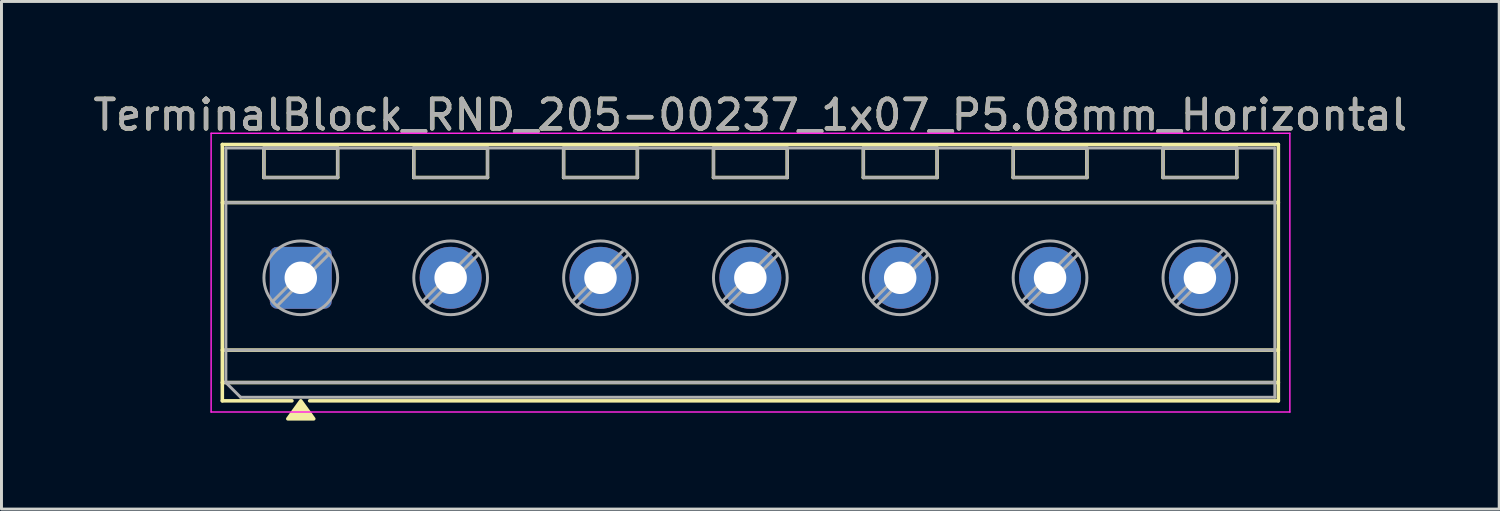
<source format=kicad_pcb>
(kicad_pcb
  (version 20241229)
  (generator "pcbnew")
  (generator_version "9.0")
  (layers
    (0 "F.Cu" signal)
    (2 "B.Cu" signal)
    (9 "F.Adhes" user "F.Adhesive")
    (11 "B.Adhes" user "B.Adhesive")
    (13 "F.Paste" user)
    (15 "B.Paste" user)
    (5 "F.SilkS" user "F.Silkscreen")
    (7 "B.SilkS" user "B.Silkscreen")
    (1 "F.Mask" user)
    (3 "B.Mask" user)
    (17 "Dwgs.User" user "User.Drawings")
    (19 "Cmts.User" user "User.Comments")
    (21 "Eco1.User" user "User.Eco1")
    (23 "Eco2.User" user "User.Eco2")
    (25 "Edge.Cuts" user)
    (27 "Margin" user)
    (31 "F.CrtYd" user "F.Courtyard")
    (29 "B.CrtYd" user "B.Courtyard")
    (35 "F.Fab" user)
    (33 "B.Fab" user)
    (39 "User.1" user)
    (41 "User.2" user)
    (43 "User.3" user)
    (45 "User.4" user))
  (footprint "TerminalBlock_RND_205-00237_1x07_P5.08mm_Horizontal"
    (layer "F.Cu")
    (at 7.147 6.368)
    (property "Reference" "TerminalBlock_RND_205-00237_1x07_P5.08mm_Horizontal" (at 15.24 -5.52 0) (layer "F.SilkS") (effects (font (size 1 1) (thickness 0.15))))
    (attr through_hole)
    (fp_line (start -2.66 -4.52) (end -2.66 4.17) (stroke (width 0.12) (type solid)) (layer "F.SilkS"))
    (fp_line (start -2.66 -4.52) (end 33.14 -4.52) (stroke (width 0.12) (type solid)) (layer "F.SilkS"))
    (fp_line (start -2.66 -2.55) (end 33.14 -2.55) (stroke (width 0.12) (type solid)) (layer "F.SilkS"))
    (fp_line (start -2.66 2.45) (end 33.14 2.45) (stroke (width 0.12) (type solid)) (layer "F.SilkS"))
    (fp_line (start -2.66 3.55) (end 33.14 3.55) (stroke (width 0.12) (type solid)) (layer "F.SilkS"))
    (fp_line (start -2.66 4.17) (end -0.3 4.17) (stroke (width 0.12) (type solid)) (layer "F.SilkS"))
    (fp_line (start -1.25 -4.4) (end -1.25 -3.4) (stroke (width 0.12) (type solid)) (layer "F.SilkS"))
    (fp_line (start -1.25 -4.4) (end 1.25 -4.4) (stroke (width 0.12) (type solid)) (layer "F.SilkS"))
    (fp_line (start -1.25 -3.4) (end 1.25 -3.4) (stroke (width 0.12) (type solid)) (layer "F.SilkS"))
    (fp_line (start 0.3 4.17) (end 33.14 4.17) (stroke (width 0.12) (type solid)) (layer "F.SilkS"))
    (fp_line (start 1.25 -4.4) (end 1.25 -3.4) (stroke (width 0.12) (type solid)) (layer "F.SilkS"))
    (fp_line (start 3.83 -4.4) (end 3.83 -3.4) (stroke (width 0.12) (type solid)) (layer "F.SilkS"))
    (fp_line (start 3.83 -4.4) (end 6.33 -4.4) (stroke (width 0.12) (type solid)) (layer "F.SilkS"))
    (fp_line (start 3.83 -3.4) (end 6.33 -3.4) (stroke (width 0.12) (type solid)) (layer "F.SilkS"))
    (fp_line (start 6.33 -4.4) (end 6.33 -3.4) (stroke (width 0.12) (type solid)) (layer "F.SilkS"))
    (fp_line (start 8.91 -4.4) (end 8.91 -3.4) (stroke (width 0.12) (type solid)) (layer "F.SilkS"))
    (fp_line (start 8.91 -4.4) (end 11.41 -4.4) (stroke (width 0.12) (type solid)) (layer "F.SilkS"))
    (fp_line (start 8.91 -3.4) (end 11.41 -3.4) (stroke (width 0.12) (type solid)) (layer "F.SilkS"))
    (fp_line (start 11.41 -4.4) (end 11.41 -3.4) (stroke (width 0.12) (type solid)) (layer "F.SilkS"))
    (fp_line (start 13.99 -4.4) (end 13.99 -3.4) (stroke (width 0.12) (type solid)) (layer "F.SilkS"))
    (fp_line (start 13.99 -4.4) (end 16.49 -4.4) (stroke (width 0.12) (type solid)) (layer "F.SilkS"))
    (fp_line (start 13.99 -3.4) (end 16.49 -3.4) (stroke (width 0.12) (type solid)) (layer "F.SilkS"))
    (fp_line (start 16.49 -4.4) (end 16.49 -3.4) (stroke (width 0.12) (type solid)) (layer "F.SilkS"))
    (fp_line (start 19.07 -4.4) (end 19.07 -3.4) (stroke (width 0.12) (type solid)) (layer "F.SilkS"))
    (fp_line (start 19.07 -4.4) (end 21.57 -4.4) (stroke (width 0.12) (type solid)) (layer "F.SilkS"))
    (fp_line (start 19.07 -3.4) (end 21.57 -3.4) (stroke (width 0.12) (type solid)) (layer "F.SilkS"))
    (fp_line (start 21.57 -4.4) (end 21.57 -3.4) (stroke (width 0.12) (type solid)) (layer "F.SilkS"))
    (fp_line (start 24.15 -4.4) (end 24.15 -3.4) (stroke (width 0.12) (type solid)) (layer "F.SilkS"))
    (fp_line (start 24.15 -4.4) (end 26.65 -4.4) (stroke (width 0.12) (type solid)) (layer "F.SilkS"))
    (fp_line (start 24.15 -3.4) (end 26.65 -3.4) (stroke (width 0.12) (type solid)) (layer "F.SilkS"))
    (fp_line (start 26.65 -4.4) (end 26.65 -3.4) (stroke (width 0.12) (type solid)) (layer "F.SilkS"))
    (fp_line (start 29.23 -4.4) (end 29.23 -3.4) (stroke (width 0.12) (type solid)) (layer "F.SilkS"))
    (fp_line (start 29.23 -4.4) (end 31.73 -4.4) (stroke (width 0.12) (type solid)) (layer "F.SilkS"))
    (fp_line (start 29.23 -3.4) (end 31.73 -3.4) (stroke (width 0.12) (type solid)) (layer "F.SilkS"))
    (fp_line (start 31.73 -4.4) (end 31.73 -3.4) (stroke (width 0.12) (type solid)) (layer "F.SilkS"))
    (fp_line (start 33.14 -4.52) (end 33.14 4.17) (stroke (width 0.12) (type solid)) (layer "F.SilkS"))
    (fp_poly (pts (xy 0 4.17) (xy 0.44 4.78) (xy -0.44 4.78)) (stroke (width 0.12) (type solid)) (fill yes) (layer "F.SilkS"))
    (fp_line (start -3.04 -4.9) (end -3.04 4.55) (stroke (width 0.05) (type solid)) (layer "F.CrtYd"))
    (fp_line (start -3.04 4.55) (end 33.53 4.55) (stroke (width 0.05) (type solid)) (layer "F.CrtYd"))
    (fp_line (start 33.53 -4.9) (end -3.04 -4.9) (stroke (width 0.05) (type solid)) (layer "F.CrtYd"))
    (fp_line (start 33.53 4.55) (end 33.53 -4.9) (stroke (width 0.05) (type solid)) (layer "F.CrtYd"))
    (fp_line (start -2.54 -4.4) (end 33.02 -4.4) (stroke (width 0.1) (type solid)) (layer "F.Fab"))
    (fp_line (start -2.54 -2.55) (end 33.02 -2.55) (stroke (width 0.1) (type solid)) (layer "F.Fab"))
    (fp_line (start -2.54 2.45) (end 33.02 2.45) (stroke (width 0.1) (type solid)) (layer "F.Fab"))
    (fp_line (start -2.54 3.55) (end -2.54 -4.4) (stroke (width 0.1) (type solid)) (layer "F.Fab"))
    (fp_line (start -2.54 3.55) (end 33.02 3.55) (stroke (width 0.1) (type solid)) (layer "F.Fab"))
    (fp_line (start -2.04 4.05) (end -2.54 3.55) (stroke (width 0.1) (type solid)) (layer "F.Fab"))
    (fp_line (start -1.25 -4.4) (end -1.25 -3.4) (stroke (width 0.1) (type solid)) (layer "F.Fab"))
    (fp_line (start -1.25 -3.4) (end 1.25 -3.4) (stroke (width 0.1) (type solid)) (layer "F.Fab"))
    (fp_line (start 0.796 -0.948) (end -0.948 0.795) (stroke (width 0.1) (type solid)) (layer "F.Fab"))
    (fp_line (start 0.948 -0.795) (end -0.796 0.948) (stroke (width 0.1) (type solid)) (layer "F.Fab"))
    (fp_line (start 1.25 -4.4) (end -1.25 -4.4) (stroke (width 0.1) (type solid)) (layer "F.Fab"))
    (fp_line (start 1.25 -3.4) (end 1.25 -4.4) (stroke (width 0.1) (type solid)) (layer "F.Fab"))
    (fp_line (start 3.83 -4.4) (end 3.83 -3.4) (stroke (width 0.1) (type solid)) (layer "F.Fab"))
    (fp_line (start 3.83 -3.4) (end 6.33 -3.4) (stroke (width 0.1) (type solid)) (layer "F.Fab"))
    (fp_line (start 5.876 -0.948) (end 4.132 0.795) (stroke (width 0.1) (type solid)) (layer "F.Fab"))
    (fp_line (start 6.028 -0.795) (end 4.284 0.948) (stroke (width 0.1) (type solid)) (layer "F.Fab"))
    (fp_line (start 6.33 -4.4) (end 3.83 -4.4) (stroke (width 0.1) (type solid)) (layer "F.Fab"))
    (fp_line (start 6.33 -3.4) (end 6.33 -4.4) (stroke (width 0.1) (type solid)) (layer "F.Fab"))
    (fp_line (start 8.91 -4.4) (end 8.91 -3.4) (stroke (width 0.1) (type solid)) (layer "F.Fab"))
    (fp_line (start 8.91 -3.4) (end 11.41 -3.4) (stroke (width 0.1) (type solid)) (layer "F.Fab"))
    (fp_line (start 10.956 -0.948) (end 9.212 0.795) (stroke (width 0.1) (type solid)) (layer "F.Fab"))
    (fp_line (start 11.108 -0.795) (end 9.364 0.948) (stroke (width 0.1) (type solid)) (layer "F.Fab"))
    (fp_line (start 11.41 -4.4) (end 8.91 -4.4) (stroke (width 0.1) (type solid)) (layer "F.Fab"))
    (fp_line (start 11.41 -3.4) (end 11.41 -4.4) (stroke (width 0.1) (type solid)) (layer "F.Fab"))
    (fp_line (start 13.99 -4.4) (end 13.99 -3.4) (stroke (width 0.1) (type solid)) (layer "F.Fab"))
    (fp_line (start 13.99 -3.4) (end 16.49 -3.4) (stroke (width 0.1) (type solid)) (layer "F.Fab"))
    (fp_line (start 16.036 -0.948) (end 14.292 0.795) (stroke (width 0.1) (type solid)) (layer "F.Fab"))
    (fp_line (start 16.188 -0.795) (end 14.444 0.948) (stroke (width 0.1) (type solid)) (layer "F.Fab"))
    (fp_line (start 16.49 -4.4) (end 13.99 -4.4) (stroke (width 0.1) (type solid)) (layer "F.Fab"))
    (fp_line (start 16.49 -3.4) (end 16.49 -4.4) (stroke (width 0.1) (type solid)) (layer "F.Fab"))
    (fp_line (start 19.07 -4.4) (end 19.07 -3.4) (stroke (width 0.1) (type solid)) (layer "F.Fab"))
    (fp_line (start 19.07 -3.4) (end 21.57 -3.4) (stroke (width 0.1) (type solid)) (layer "F.Fab"))
    (fp_line (start 21.116 -0.948) (end 19.372 0.795) (stroke (width 0.1) (type solid)) (layer "F.Fab"))
    (fp_line (start 21.268 -0.795) (end 19.524 0.948) (stroke (width 0.1) (type solid)) (layer "F.Fab"))
    (fp_line (start 21.57 -4.4) (end 19.07 -4.4) (stroke (width 0.1) (type solid)) (layer "F.Fab"))
    (fp_line (start 21.57 -3.4) (end 21.57 -4.4) (stroke (width 0.1) (type solid)) (layer "F.Fab"))
    (fp_line (start 24.15 -4.4) (end 24.15 -3.4) (stroke (width 0.1) (type solid)) (layer "F.Fab"))
    (fp_line (start 24.15 -3.4) (end 26.65 -3.4) (stroke (width 0.1) (type solid)) (layer "F.Fab"))
    (fp_line (start 26.196 -0.948) (end 24.452 0.795) (stroke (width 0.1) (type solid)) (layer "F.Fab"))
    (fp_line (start 26.348 -0.795) (end 24.604 0.948) (stroke (width 0.1) (type solid)) (layer "F.Fab"))
    (fp_line (start 26.65 -4.4) (end 24.15 -4.4) (stroke (width 0.1) (type solid)) (layer "F.Fab"))
    (fp_line (start 26.65 -3.4) (end 26.65 -4.4) (stroke (width 0.1) (type solid)) (layer "F.Fab"))
    (fp_line (start 29.23 -4.4) (end 29.23 -3.4) (stroke (width 0.1) (type solid)) (layer "F.Fab"))
    (fp_line (start 29.23 -3.4) (end 31.73 -3.4) (stroke (width 0.1) (type solid)) (layer "F.Fab"))
    (fp_line (start 31.276 -0.948) (end 29.532 0.795) (stroke (width 0.1) (type solid)) (layer "F.Fab"))
    (fp_line (start 31.428 -0.795) (end 29.684 0.948) (stroke (width 0.1) (type solid)) (layer "F.Fab"))
    (fp_line (start 31.73 -4.4) (end 29.23 -4.4) (stroke (width 0.1) (type solid)) (layer "F.Fab"))
    (fp_line (start 31.73 -3.4) (end 31.73 -4.4) (stroke (width 0.1) (type solid)) (layer "F.Fab"))
    (fp_line (start 33.02 -4.4) (end 33.02 4.05) (stroke (width 0.1) (type solid)) (layer "F.Fab"))
    (fp_line (start 33.02 4.05) (end -2.04 4.05) (stroke (width 0.1) (type solid)) (layer "F.Fab"))
    (fp_circle (center 0 0) (end 1.25 0) (stroke (width 0.1) (type solid)) (fill no) (layer "F.Fab"))
    (fp_circle (center 5.08 0) (end 6.33 0) (stroke (width 0.1) (type solid)) (fill no) (layer "F.Fab"))
    (fp_circle (center 10.16 0) (end 11.41 0) (stroke (width 0.1) (type solid)) (fill no) (layer "F.Fab"))
    (fp_circle (center 15.24 0) (end 16.49 0) (stroke (width 0.1) (type solid)) (fill no) (layer "F.Fab"))
    (fp_circle (center 20.32 0) (end 21.57 0) (stroke (width 0.1) (type solid)) (fill no) (layer "F.Fab"))
    (fp_circle (center 25.4 0) (end 26.65 0) (stroke (width 0.1) (type solid)) (fill no) (layer "F.Fab"))
    (fp_circle (center 30.48 0) (end 31.73 0) (stroke (width 0.1) (type solid)) (fill no) (layer "F.Fab"))
    (fp_text user "${REFERENCE}" (at 15.24 -5.52 0) (layer "F.Fab") (effects (font (size 1 1) (thickness 0.15))))
    (pad "1" thru_hole roundrect (at 0 0) (size 2.1 2.1) (drill 1.1) (layers "*.Cu" "*.Mask") (roundrect_rratio 0.119))
    (pad "2" thru_hole circle (at 5.08 0) (size 2.1 2.1) (drill 1.1) (layers "*.Cu" "*.Mask"))
    (pad "3" thru_hole circle (at 10.16 0) (size 2.1 2.1) (drill 1.1) (layers "*.Cu" "*.Mask"))
    (pad "4" thru_hole circle (at 15.24 0) (size 2.1 2.1) (drill 1.1) (layers "*.Cu" "*.Mask"))
    (pad "5" thru_hole circle (at 20.32 0) (size 2.1 2.1) (drill 1.1) (layers "*.Cu" "*.Mask"))
    (pad "6" thru_hole circle (at 25.4 0) (size 2.1 2.1) (drill 1.1) (layers "*.Cu" "*.Mask"))
    (pad "7" thru_hole circle (at 30.48 0) (size 2.1 2.1) (drill 1.1) (layers "*.Cu" "*.Mask")))
  (gr_rect
    (start -3 -3)
    (end 47.774 14.208)
    (stroke (width 0.1) (type default))
    (fill no)
    (layer "Edge.Cuts")))
</source>
